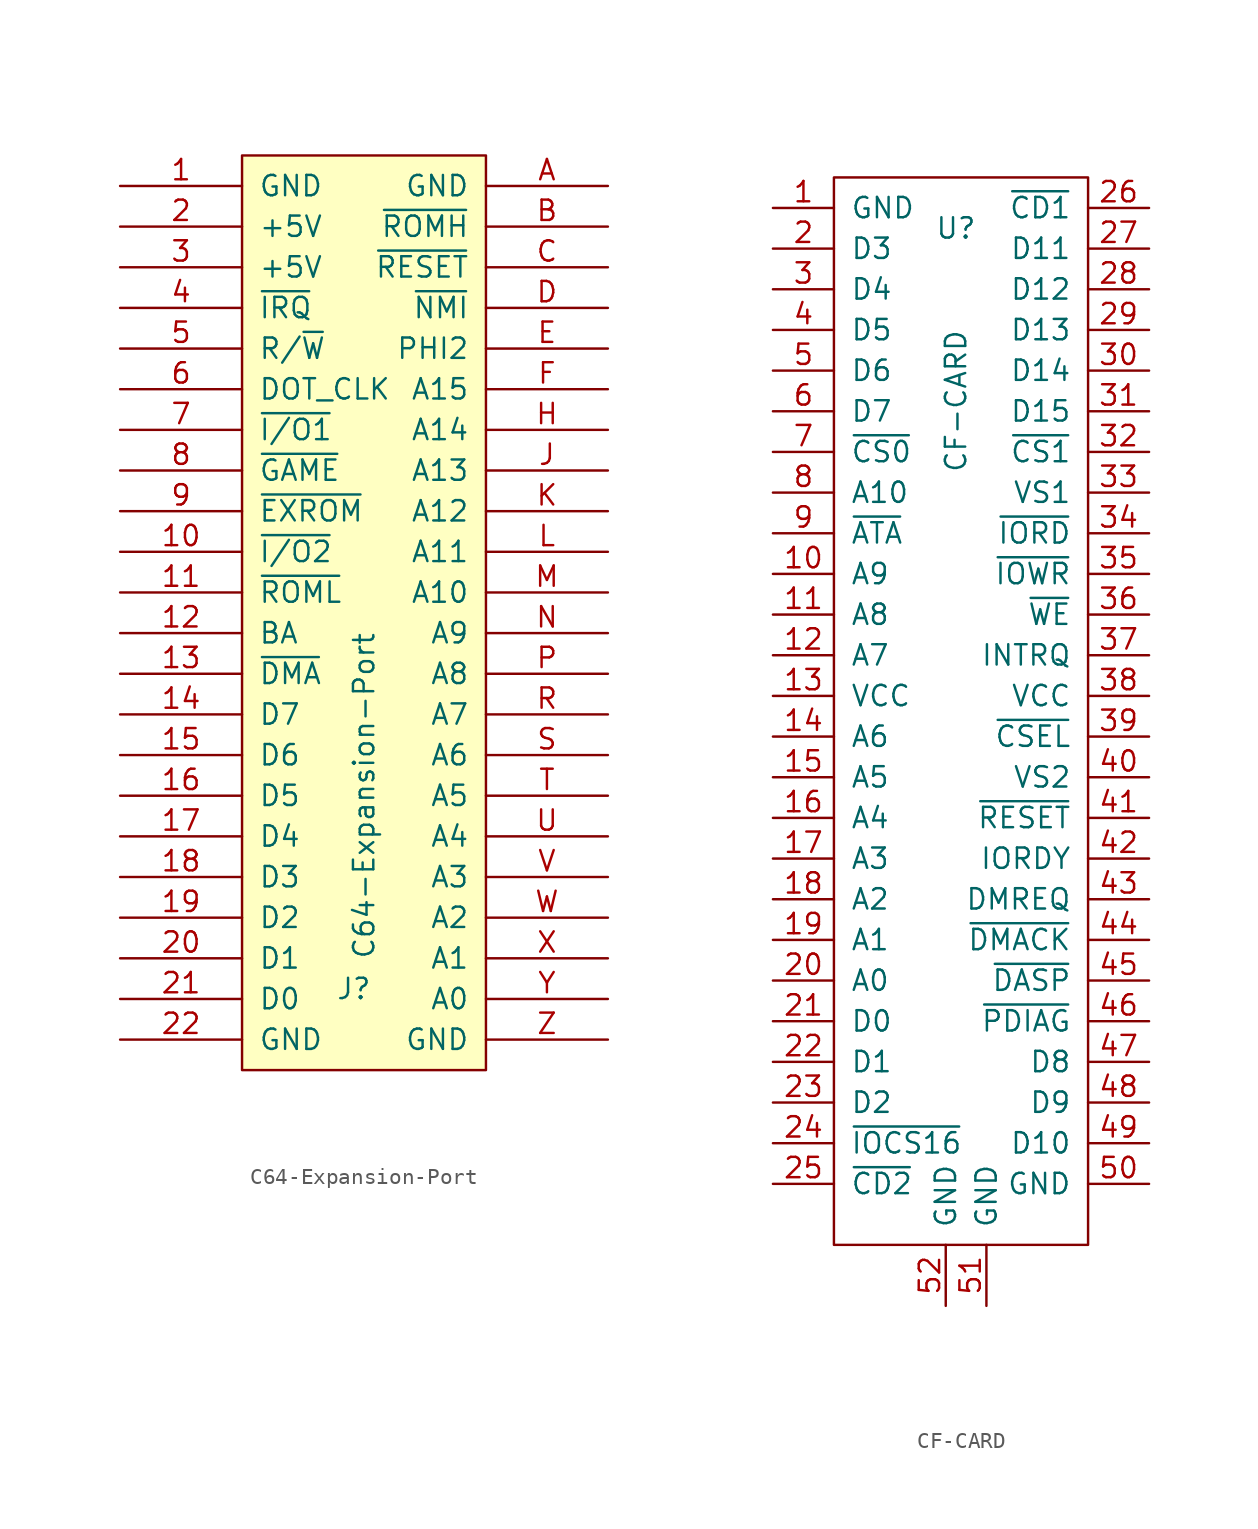
<source format=kicad_sym>
(kicad_symbol_lib
  (version 20211014)
  (generator kicad_symbol_editor)
  (symbol "C64-Expansion-Port"
    (pin_names
      (offset 1.016))
    (property "Reference" "J"
      (at -0.635 -24.765 0)
      (effects (font (size 1.27 1.27))))
    (property "Value" "C64-Expansion-Port"
      (at 0 -12.7 90)
      (effects (font (size 1.27 1.27))))
    (symbol "C64-Expansion-Port_1_0"
      (rectangle (start -7.62 -29.845) (end 7.62 27.305) (stroke (width 0) (type default) (color 0 0 0 0)) (fill (type background))))
    (symbol "C64-Expansion-Port_1_1"
      (pin power_in line (at -15.24 25.4 0) (length 7.62) (name "GND" (effects (font (size 1.27 1.27)))) (number "1" (effects (font (size 1.27 1.27)))))
      (pin passive line (at -15.24 2.54 0) (length 7.62) (name "~{I/O2}" (effects (font (size 1.27 1.27)))) (number "10" (effects (font (size 1.27 1.27)))))
      (pin passive line (at -15.24 0 0) (length 7.62) (name "~{ROML}" (effects (font (size 1.27 1.27)))) (number "11" (effects (font (size 1.27 1.27)))))
      (pin passive line (at -15.24 -2.54 0) (length 7.62) (name "BA" (effects (font (size 1.27 1.27)))) (number "12" (effects (font (size 1.27 1.27)))))
      (pin passive line (at -15.24 -5.08 0) (length 7.62) (name "~{DMA}" (effects (font (size 1.27 1.27)))) (number "13" (effects (font (size 1.27 1.27)))))
      (pin passive line (at -15.24 -7.62 0) (length 7.62) (name "D7" (effects (font (size 1.27 1.27)))) (number "14" (effects (font (size 1.27 1.27)))))
      (pin passive line (at -15.24 -10.16 0) (length 7.62) (name "D6" (effects (font (size 1.27 1.27)))) (number "15" (effects (font (size 1.27 1.27)))))
      (pin passive line (at -15.24 -12.7 0) (length 7.62) (name "D5" (effects (font (size 1.27 1.27)))) (number "16" (effects (font (size 1.27 1.27)))))
      (pin passive line (at -15.24 -15.24 0) (length 7.62) (name "D4" (effects (font (size 1.27 1.27)))) (number "17" (effects (font (size 1.27 1.27)))))
      (pin passive line (at -15.24 -17.78 0) (length 7.62) (name "D3" (effects (font (size 1.27 1.27)))) (number "18" (effects (font (size 1.27 1.27)))))
      (pin passive line (at -15.24 -20.32 0) (length 7.62) (name "D2" (effects (font (size 1.27 1.27)))) (number "19" (effects (font (size 1.27 1.27)))))
      (pin power_in line (at -15.24 22.86 0) (length 7.62) (name "+5V" (effects (font (size 1.27 1.27)))) (number "2" (effects (font (size 1.27 1.27)))))
      (pin passive line (at -15.24 -22.86 0) (length 7.62) (name "D1" (effects (font (size 1.27 1.27)))) (number "20" (effects (font (size 1.27 1.27)))))
      (pin passive line (at -15.24 -25.4 0) (length 7.62) (name "D0" (effects (font (size 1.27 1.27)))) (number "21" (effects (font (size 1.27 1.27)))))
      (pin power_in line (at -15.24 -27.94 0) (length 7.62) (name "GND" (effects (font (size 1.27 1.27)))) (number "22" (effects (font (size 1.27 1.27)))))
      (pin power_in line (at -15.24 20.32 0) (length 7.62) (name "+5V" (effects (font (size 1.27 1.27)))) (number "3" (effects (font (size 1.27 1.27)))))
      (pin passive line (at -15.24 17.78 0) (length 7.62) (name "~{IRQ}" (effects (font (size 1.27 1.27)))) (number "4" (effects (font (size 1.27 1.27)))))
      (pin passive line (at -15.24 15.24 0) (length 7.62) (name "R/~{W}" (effects (font (size 1.27 1.27)))) (number "5" (effects (font (size 1.27 1.27)))))
      (pin passive line (at -15.24 12.7 0) (length 7.62) (name "DOT_CLK" (effects (font (size 1.27 1.27)))) (number "6" (effects (font (size 1.27 1.27)))))
      (pin passive line (at -15.24 10.16 0) (length 7.62) (name "~{I/O1}" (effects (font (size 1.27 1.27)))) (number "7" (effects (font (size 1.27 1.27)))))
      (pin passive line (at -15.24 7.62 0) (length 7.62) (name "~{GAME}" (effects (font (size 1.27 1.27)))) (number "8" (effects (font (size 1.27 1.27)))))
      (pin passive line (at -15.24 5.08 0) (length 7.62) (name "~{EXROM}" (effects (font (size 1.27 1.27)))) (number "9" (effects (font (size 1.27 1.27)))))
      (pin power_in line (at 15.24 25.4 180) (length 7.62) (name "GND" (effects (font (size 1.27 1.27)))) (number "A" (effects (font (size 1.27 1.27)))))
      (pin passive line (at 15.24 22.86 180) (length 7.62) (name "~{ROMH}" (effects (font (size 1.27 1.27)))) (number "B" (effects (font (size 1.27 1.27)))))
      (pin passive line (at 15.24 20.32 180) (length 7.62) (name "~{RESET}" (effects (font (size 1.27 1.27)))) (number "C" (effects (font (size 1.27 1.27)))))
      (pin passive line (at 15.24 17.78 180) (length 7.62) (name "~{NMI}" (effects (font (size 1.27 1.27)))) (number "D" (effects (font (size 1.27 1.27)))))
      (pin passive line (at 15.24 15.24 180) (length 7.62) (name "PHI2" (effects (font (size 1.27 1.27)))) (number "E" (effects (font (size 1.27 1.27)))))
      (pin passive line (at 15.24 12.7 180) (length 7.62) (name "A15" (effects (font (size 1.27 1.27)))) (number "F" (effects (font (size 1.27 1.27)))))
      (pin passive line (at 15.24 10.16 180) (length 7.62) (name "A14" (effects (font (size 1.27 1.27)))) (number "H" (effects (font (size 1.27 1.27)))))
      (pin passive line (at 15.24 7.62 180) (length 7.62) (name "A13" (effects (font (size 1.27 1.27)))) (number "J" (effects (font (size 1.27 1.27)))))
      (pin passive line (at 15.24 5.08 180) (length 7.62) (name "A12" (effects (font (size 1.27 1.27)))) (number "K" (effects (font (size 1.27 1.27)))))
      (pin passive line (at 15.24 2.54 180) (length 7.62) (name "A11" (effects (font (size 1.27 1.27)))) (number "L" (effects (font (size 1.27 1.27)))))
      (pin passive line (at 15.24 0 180) (length 7.62) (name "A10" (effects (font (size 1.27 1.27)))) (number "M" (effects (font (size 1.27 1.27)))))
      (pin passive line (at 15.24 -2.54 180) (length 7.62) (name "A9" (effects (font (size 1.27 1.27)))) (number "N" (effects (font (size 1.27 1.27)))))
      (pin passive line (at 15.24 -5.08 180) (length 7.62) (name "A8" (effects (font (size 1.27 1.27)))) (number "P" (effects (font (size 1.27 1.27)))))
      (pin passive line (at 15.24 -7.62 180) (length 7.62) (name "A7" (effects (font (size 1.27 1.27)))) (number "R" (effects (font (size 1.27 1.27)))))
      (pin passive line (at 15.24 -10.16 180) (length 7.62) (name "A6" (effects (font (size 1.27 1.27)))) (number "S" (effects (font (size 1.27 1.27)))))
      (pin passive line (at 15.24 -12.7 180) (length 7.62) (name "A5" (effects (font (size 1.27 1.27)))) (number "T" (effects (font (size 1.27 1.27)))))
      (pin passive line (at 15.24 -15.24 180) (length 7.62) (name "A4" (effects (font (size 1.27 1.27)))) (number "U" (effects (font (size 1.27 1.27)))))
      (pin passive line (at 15.24 -17.78 180) (length 7.62) (name "A3" (effects (font (size 1.27 1.27)))) (number "V" (effects (font (size 1.27 1.27)))))
      (pin passive line (at 15.24 -20.32 180) (length 7.62) (name "A2" (effects (font (size 1.27 1.27)))) (number "W" (effects (font (size 1.27 1.27)))))
      (pin passive line (at 15.24 -22.86 180) (length 7.62) (name "A1" (effects (font (size 1.27 1.27)))) (number "X" (effects (font (size 1.27 1.27)))))
      (pin passive line (at 15.24 -25.4 180) (length 7.62) (name "A0" (effects (font (size 1.27 1.27)))) (number "Y" (effects (font (size 1.27 1.27)))))
      (pin power_in line (at 15.24 -27.94 180) (length 7.62) (name "GND" (effects (font (size 1.27 1.27)))) (number "Z" (effects (font (size 1.27 1.27)))))))
  (symbol "CF-CARD"
    (pin_names
      (offset 1.016))
    (property "Reference" "U"
      (at -0.635 27.94 0)
      (effects (font (size 1.27 1.27))))
    (property "Value" "CF-CARD"
      (at -0.635 17.145 90)
      (effects (font (size 1.27 1.27))))
    (symbol "CF-CARD_0_1"
      (rectangle (start -8.255 31.115) (end 7.62 -35.56) (stroke (width 0) (type default) (color 0 0 0 0)) (fill (type none))))
    (symbol "CF-CARD_1_1"
      (pin passive line (at -12.065 29.21 0) (length 3.81) (name "GND" (effects (font (size 1.27 1.27)))) (number "1" (effects (font (size 1.27 1.27)))))
      (pin passive line (at -12.065 6.35 0) (length 3.81) (name "A9" (effects (font (size 1.27 1.27)))) (number "10" (effects (font (size 1.27 1.27)))))
      (pin passive line (at -12.065 3.81 0) (length 3.81) (name "A8" (effects (font (size 1.27 1.27)))) (number "11" (effects (font (size 1.27 1.27)))))
      (pin passive line (at -12.065 1.27 0) (length 3.81) (name "A7" (effects (font (size 1.27 1.27)))) (number "12" (effects (font (size 1.27 1.27)))))
      (pin passive line (at -12.065 -1.27 0) (length 3.81) (name "VCC" (effects (font (size 1.27 1.27)))) (number "13" (effects (font (size 1.27 1.27)))))
      (pin passive line (at -12.065 -3.81 0) (length 3.81) (name "A6" (effects (font (size 1.27 1.27)))) (number "14" (effects (font (size 1.27 1.27)))))
      (pin passive line (at -12.065 -6.35 0) (length 3.81) (name "A5" (effects (font (size 1.27 1.27)))) (number "15" (effects (font (size 1.27 1.27)))))
      (pin passive line (at -12.065 -8.89 0) (length 3.81) (name "A4" (effects (font (size 1.27 1.27)))) (number "16" (effects (font (size 1.27 1.27)))))
      (pin passive line (at -12.065 -11.43 0) (length 3.81) (name "A3" (effects (font (size 1.27 1.27)))) (number "17" (effects (font (size 1.27 1.27)))))
      (pin passive line (at -12.065 -13.97 0) (length 3.81) (name "A2" (effects (font (size 1.27 1.27)))) (number "18" (effects (font (size 1.27 1.27)))))
      (pin passive line (at -12.065 -16.51 0) (length 3.81) (name "A1" (effects (font (size 1.27 1.27)))) (number "19" (effects (font (size 1.27 1.27)))))
      (pin passive line (at -12.065 26.67 0) (length 3.81) (name "D3" (effects (font (size 1.27 1.27)))) (number "2" (effects (font (size 1.27 1.27)))))
      (pin passive line (at -12.065 -19.05 0) (length 3.81) (name "A0" (effects (font (size 1.27 1.27)))) (number "20" (effects (font (size 1.27 1.27)))))
      (pin passive line (at -12.065 -21.59 0) (length 3.81) (name "D0" (effects (font (size 1.27 1.27)))) (number "21" (effects (font (size 1.27 1.27)))))
      (pin passive line (at -12.065 -24.13 0) (length 3.81) (name "D1" (effects (font (size 1.27 1.27)))) (number "22" (effects (font (size 1.27 1.27)))))
      (pin passive line (at -12.065 -26.67 0) (length 3.81) (name "D2" (effects (font (size 1.27 1.27)))) (number "23" (effects (font (size 1.27 1.27)))))
      (pin passive line (at -12.065 -29.21 0) (length 3.81) (name "~{IOCS16}" (effects (font (size 1.27 1.27)))) (number "24" (effects (font (size 1.27 1.27)))))
      (pin passive line (at -12.065 -31.75 0) (length 3.81) (name "~{CD2}" (effects (font (size 1.27 1.27)))) (number "25" (effects (font (size 1.27 1.27)))))
      (pin passive line (at 11.43 29.21 180) (length 3.81) (name "~{CD1}" (effects (font (size 1.27 1.27)))) (number "26" (effects (font (size 1.27 1.27)))))
      (pin passive line (at 11.43 26.67 180) (length 3.81) (name "D11" (effects (font (size 1.27 1.27)))) (number "27" (effects (font (size 1.27 1.27)))))
      (pin passive line (at 11.43 24.13 180) (length 3.81) (name "D12" (effects (font (size 1.27 1.27)))) (number "28" (effects (font (size 1.27 1.27)))))
      (pin passive line (at 11.43 21.59 180) (length 3.81) (name "D13" (effects (font (size 1.27 1.27)))) (number "29" (effects (font (size 1.27 1.27)))))
      (pin passive line (at -12.065 24.13 0) (length 3.81) (name "D4" (effects (font (size 1.27 1.27)))) (number "3" (effects (font (size 1.27 1.27)))))
      (pin passive line (at 11.43 19.05 180) (length 3.81) (name "D14" (effects (font (size 1.27 1.27)))) (number "30" (effects (font (size 1.27 1.27)))))
      (pin passive line (at 11.43 16.51 180) (length 3.81) (name "D15" (effects (font (size 1.27 1.27)))) (number "31" (effects (font (size 1.27 1.27)))))
      (pin passive line (at 11.43 13.97 180) (length 3.81) (name "~{CS1}" (effects (font (size 1.27 1.27)))) (number "32" (effects (font (size 1.27 1.27)))))
      (pin passive line (at 11.43 11.43 180) (length 3.81) (name "VS1" (effects (font (size 1.27 1.27)))) (number "33" (effects (font (size 1.27 1.27)))))
      (pin passive line (at 11.43 8.89 180) (length 3.81) (name "~{IORD}" (effects (font (size 1.27 1.27)))) (number "34" (effects (font (size 1.27 1.27)))))
      (pin passive line (at 11.43 6.35 180) (length 3.81) (name "~{IOWR}" (effects (font (size 1.27 1.27)))) (number "35" (effects (font (size 1.27 1.27)))))
      (pin passive line (at 11.43 3.81 180) (length 3.81) (name "~{WE}" (effects (font (size 1.27 1.27)))) (number "36" (effects (font (size 1.27 1.27)))))
      (pin passive line (at 11.43 1.27 180) (length 3.81) (name "INTRQ" (effects (font (size 1.27 1.27)))) (number "37" (effects (font (size 1.27 1.27)))))
      (pin passive line (at 11.43 -1.27 180) (length 3.81) (name "VCC" (effects (font (size 1.27 1.27)))) (number "38" (effects (font (size 1.27 1.27)))))
      (pin passive line (at 11.43 -3.81 180) (length 3.81) (name "~{CSEL}" (effects (font (size 1.27 1.27)))) (number "39" (effects (font (size 1.27 1.27)))))
      (pin passive line (at -12.065 21.59 0) (length 3.81) (name "D5" (effects (font (size 1.27 1.27)))) (number "4" (effects (font (size 1.27 1.27)))))
      (pin passive line (at 11.43 -6.35 180) (length 3.81) (name "VS2" (effects (font (size 1.27 1.27)))) (number "40" (effects (font (size 1.27 1.27)))))
      (pin passive line (at 11.43 -8.89 180) (length 3.81) (name "~{RESET}" (effects (font (size 1.27 1.27)))) (number "41" (effects (font (size 1.27 1.27)))))
      (pin passive line (at 11.43 -11.43 180) (length 3.81) (name "IORDY" (effects (font (size 1.27 1.27)))) (number "42" (effects (font (size 1.27 1.27)))))
      (pin passive line (at 11.43 -13.97 180) (length 3.81) (name "DMREQ" (effects (font (size 1.27 1.27)))) (number "43" (effects (font (size 1.27 1.27)))))
      (pin passive line (at 11.43 -16.51 180) (length 3.81) (name "~{DMACK}" (effects (font (size 1.27 1.27)))) (number "44" (effects (font (size 1.27 1.27)))))
      (pin passive line (at 11.43 -19.05 180) (length 3.81) (name "~{DASP}" (effects (font (size 1.27 1.27)))) (number "45" (effects (font (size 1.27 1.27)))))
      (pin passive line (at 11.43 -21.59 180) (length 3.81) (name "~{PDIAG}" (effects (font (size 1.27 1.27)))) (number "46" (effects (font (size 1.27 1.27)))))
      (pin passive line (at 11.43 -24.13 180) (length 3.81) (name "D8" (effects (font (size 1.27 1.27)))) (number "47" (effects (font (size 1.27 1.27)))))
      (pin passive line (at 11.43 -26.67 180) (length 3.81) (name "D9" (effects (font (size 1.27 1.27)))) (number "48" (effects (font (size 1.27 1.27)))))
      (pin passive line (at 11.43 -29.21 180) (length 3.81) (name "D10" (effects (font (size 1.27 1.27)))) (number "49" (effects (font (size 1.27 1.27)))))
      (pin passive line (at -12.065 19.05 0) (length 3.81) (name "D6" (effects (font (size 1.27 1.27)))) (number "5" (effects (font (size 1.27 1.27)))))
      (pin passive line (at 11.43 -31.75 180) (length 3.81) (name "GND" (effects (font (size 1.27 1.27)))) (number "50" (effects (font (size 1.27 1.27)))))
      (pin passive line (at 1.27 -39.37 90) (length 3.81) (name "GND" (effects (font (size 1.27 1.27)))) (number "51" (effects (font (size 1.27 1.27)))))
      (pin passive line (at -1.27 -39.37 90) (length 3.81) (name "GND" (effects (font (size 1.27 1.27)))) (number "52" (effects (font (size 1.27 1.27)))))
      (pin passive line (at -12.065 16.51 0) (length 3.81) (name "D7" (effects (font (size 1.27 1.27)))) (number "6" (effects (font (size 1.27 1.27)))))
      (pin passive line (at -12.065 13.97 0) (length 3.81) (name "~{CS0}" (effects (font (size 1.27 1.27)))) (number "7" (effects (font (size 1.27 1.27)))))
      (pin passive line (at -12.065 11.43 0) (length 3.81) (name "A10" (effects (font (size 1.27 1.27)))) (number "8" (effects (font (size 1.27 1.27)))))
      (pin passive line (at -12.065 8.89 0) (length 3.81) (name "~{ATA}" (effects (font (size 1.27 1.27)))) (number "9" (effects (font (size 1.27 1.27))))))))
</source>
